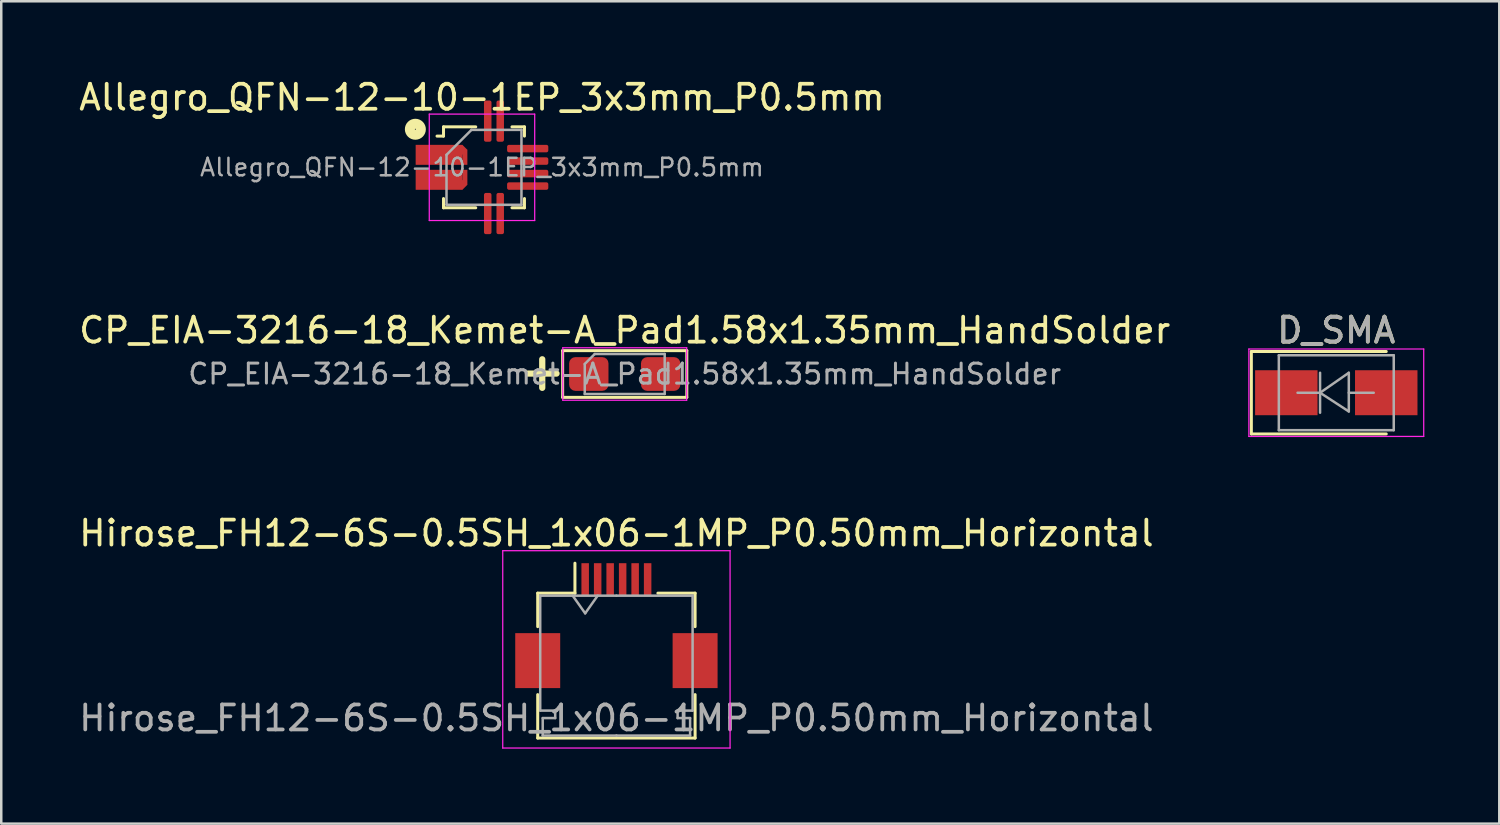
<source format=kicad_pcb>
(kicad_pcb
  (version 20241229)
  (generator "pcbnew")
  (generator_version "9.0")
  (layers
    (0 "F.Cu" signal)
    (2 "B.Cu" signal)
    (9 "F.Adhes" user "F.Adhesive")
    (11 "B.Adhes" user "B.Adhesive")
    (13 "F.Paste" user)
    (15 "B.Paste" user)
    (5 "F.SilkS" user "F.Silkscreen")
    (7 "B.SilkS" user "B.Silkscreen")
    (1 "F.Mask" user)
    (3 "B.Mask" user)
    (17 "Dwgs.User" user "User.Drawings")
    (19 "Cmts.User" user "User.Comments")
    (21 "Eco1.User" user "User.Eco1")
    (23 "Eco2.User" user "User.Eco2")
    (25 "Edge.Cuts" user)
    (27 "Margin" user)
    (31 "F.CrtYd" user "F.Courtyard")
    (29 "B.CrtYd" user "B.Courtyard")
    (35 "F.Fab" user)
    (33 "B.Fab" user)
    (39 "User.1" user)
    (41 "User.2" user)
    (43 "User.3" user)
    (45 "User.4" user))
  (footprint "Allegro_QFN-12-10-1EP_3x3mm_P0.5mm"
    (layer "F.Cu")
    (at 16.244 3.648)
    (property "Reference" "Allegro_QFN-12-10-1EP_3x3mm_P0.5mm" (at 0 -2.8 0) (layer "F.SilkS") (effects (font (size 1 1) (thickness 0.15))))
    (attr smd)
    (fp_line (start -1.54 -1.62) (end -1.54 -1.25) (stroke (width 0.12) (type solid)) (layer "F.SilkS"))
    (fp_line (start -1.54 -1.62) (end -0.25 -1.62) (stroke (width 0.12) (type solid)) (layer "F.SilkS"))
    (fp_line (start -1.54 -1.25) (end -1.8 -1.25) (stroke (width 0.12) (type solid)) (layer "F.SilkS"))
    (fp_line (start -1.54 1.25) (end -1.54 1.62) (stroke (width 0.12) (type solid)) (layer "F.SilkS"))
    (fp_line (start -1.54 1.62) (end -0.25 1.62) (stroke (width 0.12) (type solid)) (layer "F.SilkS"))
    (fp_line (start 1.7 -1.62) (end 1.2 -1.62) (stroke (width 0.12) (type solid)) (layer "F.SilkS"))
    (fp_line (start 1.7 -1.62) (end 1.7 -1.25) (stroke (width 0.12) (type solid)) (layer "F.SilkS"))
    (fp_line (start 1.7 1.25) (end 1.7 1.62) (stroke (width 0.12) (type solid)) (layer "F.SilkS"))
    (fp_line (start 1.7 1.62) (end 1.2 1.62) (stroke (width 0.12) (type solid)) (layer "F.SilkS"))
    (fp_circle (center -2.667 -1.524) (end -2.447 -1.524) (stroke (width 0.4) (type solid)) (fill no) (layer "F.SilkS"))
    (fp_line (start -2.11 -2.13) (end -2.11 2.13) (stroke (width 0.05) (type solid)) (layer "F.CrtYd"))
    (fp_line (start -2.11 2.13) (end 2.11 2.13) (stroke (width 0.05) (type solid)) (layer "F.CrtYd"))
    (fp_line (start 2.11 -2.13) (end -2.11 -2.13) (stroke (width 0.05) (type solid)) (layer "F.CrtYd"))
    (fp_line (start 2.11 2.13) (end 2.11 -2.13) (stroke (width 0.05) (type solid)) (layer "F.CrtYd"))
    (fp_line (start -1.42 -0.5) (end -0.42 -1.5) (stroke (width 0.1) (type solid)) (layer "F.Fab"))
    (fp_line (start -1.42 1.5) (end -1.42 -0.5) (stroke (width 0.1) (type solid)) (layer "F.Fab"))
    (fp_line (start -0.42 -1.5) (end 1.58 -1.5) (stroke (width 0.1) (type solid)) (layer "F.Fab"))
    (fp_line (start 1.58 -1.5) (end 1.58 1.5) (stroke (width 0.1) (type solid)) (layer "F.Fab"))
    (fp_line (start 1.58 1.5) (end -1.42 1.5) (stroke (width 0.1) (type solid)) (layer "F.Fab"))
    (fp_text user "${REFERENCE}" (at 0 0 0) (layer "F.Fab") (effects (font (size 0.7 0.7) (thickness 0.1))))
    (pad "1" smd rect (at -1.72 -0.5) (size 1.87 0.8) (layers "F.Cu" "F.Mask" "F.Paste" "Eco1.User"))
    (pad "1" smd rect (at -0.785 -0.7 45) (size 0.283 0.283) (layers "F.Cu" "F.Mask" "F.Paste"))
    (pad "1" smd rect (at -0.685 -0.4) (size 0.2 0.6) (layers "F.Cu" "F.Mask" "F.Paste"))
    (pad "2" smd rect (at -1.72 0.5) (size 1.87 0.8) (layers "F.Cu" "F.Mask" "F.Paste"))
    (pad "2" smd rect (at -0.785 0.7 45) (size 0.283 0.283) (layers "F.Cu" "F.Mask" "F.Paste"))
    (pad "2" smd rect (at -0.685 0.4) (size 0.2 0.6) (layers "F.Cu" "F.Mask" "F.Paste"))
    (pad "3" smd roundrect (at 0.23 1.85) (size 0.3 1.65) (layers "F.Cu" "F.Mask" "F.Paste") (roundrect_rratio 0.25))
    (pad "4" smd roundrect (at 0.73 1.85) (size 0.3 1.65) (layers "F.Cu" "F.Mask" "F.Paste") (roundrect_rratio 0.25))
    (pad "5" smd roundrect (at 1.83 0.75) (size 1.65 0.3) (layers "F.Cu" "F.Mask" "F.Paste") (roundrect_rratio 0.25))
    (pad "6" smd roundrect (at 1.83 0.25) (size 1.65 0.3) (layers "F.Cu" "F.Mask" "F.Paste") (roundrect_rratio 0.25))
    (pad "7" smd roundrect (at 1.83 -0.25) (size 1.65 0.3) (layers "F.Cu" "F.Mask" "F.Paste") (roundrect_rratio 0.25))
    (pad "8" smd roundrect (at 1.83 -0.75) (size 1.65 0.3) (layers "F.Cu" "F.Mask" "F.Paste") (roundrect_rratio 0.25))
    (pad "9" smd roundrect (at 0.73 -1.85) (size 0.3 1.65) (layers "F.Cu" "F.Mask" "F.Paste") (roundrect_rratio 0.25))
    (pad "10" smd roundrect (at 0.23 -1.85) (size 0.3 1.65) (layers "F.Cu" "F.Mask" "F.Paste") (roundrect_rratio 0.25)))
  (footprint "Hirose_FH12-6S-0.5SH_1x06-1MP_P0.50mm_Horizontal"
    (layer "F.Cu")
    (at 21.625 21.995)
    (property "Reference" "Hirose_FH12-6S-0.5SH_1x06-1MP_P0.50mm_Horizontal" (at 0 -3.7 0) (layer "F.SilkS") (effects (font (size 1 1) (thickness 0.15))))
    (attr smd)
    (fp_line (start -3.15 -1.3) (end -3.15 0.04) (stroke (width 0.12) (type solid)) (layer "F.SilkS"))
    (fp_line (start -3.15 2.76) (end -3.15 4.5) (stroke (width 0.12) (type solid)) (layer "F.SilkS"))
    (fp_line (start -3.15 4.5) (end 3.15 4.5) (stroke (width 0.12) (type solid)) (layer "F.SilkS"))
    (fp_line (start -1.66 -1.3) (end -3.15 -1.3) (stroke (width 0.12) (type solid)) (layer "F.SilkS"))
    (fp_line (start -1.66 -1.3) (end -1.66 -2.5) (stroke (width 0.12) (type solid)) (layer "F.SilkS"))
    (fp_line (start 1.66 -1.3) (end 3.15 -1.3) (stroke (width 0.12) (type solid)) (layer "F.SilkS"))
    (fp_line (start 3.15 -1.3) (end 3.15 0.04) (stroke (width 0.12) (type solid)) (layer "F.SilkS"))
    (fp_line (start 3.15 4.5) (end 3.15 2.76) (stroke (width 0.12) (type solid)) (layer "F.SilkS"))
    (fp_line (start -4.55 -3) (end -4.55 4.9) (stroke (width 0.05) (type solid)) (layer "F.CrtYd"))
    (fp_line (start -4.55 4.9) (end 4.55 4.9) (stroke (width 0.05) (type solid)) (layer "F.CrtYd"))
    (fp_line (start 4.55 -3) (end -4.55 -3) (stroke (width 0.05) (type solid)) (layer "F.CrtYd"))
    (fp_line (start 4.55 4.9) (end 4.55 -3) (stroke (width 0.05) (type solid)) (layer "F.CrtYd"))
    (fp_line (start -3.05 -1.2) (end -3.05 3.4) (stroke (width 0.1) (type solid)) (layer "F.Fab"))
    (fp_line (start -3.05 3.4) (end -2.45 3.4) (stroke (width 0.1) (type solid)) (layer "F.Fab"))
    (fp_line (start -2.95 3.7) (end -2.95 4.4) (stroke (width 0.1) (type solid)) (layer "F.Fab"))
    (fp_line (start -2.95 4.4) (end 0 4.4) (stroke (width 0.1) (type solid)) (layer "F.Fab"))
    (fp_line (start -2.45 3.4) (end -2.45 3.7) (stroke (width 0.1) (type solid)) (layer "F.Fab"))
    (fp_line (start -2.45 3.7) (end -2.95 3.7) (stroke (width 0.1) (type solid)) (layer "F.Fab"))
    (fp_line (start -1.75 -1.2) (end -1.25 -0.493) (stroke (width 0.1) (type solid)) (layer "F.Fab"))
    (fp_line (start -1.25 -0.493) (end -0.75 -1.2) (stroke (width 0.1) (type solid)) (layer "F.Fab"))
    (fp_line (start 0 -1.2) (end -3.05 -1.2) (stroke (width 0.1) (type solid)) (layer "F.Fab"))
    (fp_line (start 0 -1.2) (end 3.05 -1.2) (stroke (width 0.1) (type solid)) (layer "F.Fab"))
    (fp_line (start 2.45 3.4) (end 2.45 3.7) (stroke (width 0.1) (type solid)) (layer "F.Fab"))
    (fp_line (start 2.45 3.7) (end 2.95 3.7) (stroke (width 0.1) (type solid)) (layer "F.Fab"))
    (fp_line (start 2.95 3.7) (end 2.95 4.4) (stroke (width 0.1) (type solid)) (layer "F.Fab"))
    (fp_line (start 2.95 4.4) (end 0 4.4) (stroke (width 0.1) (type solid)) (layer "F.Fab"))
    (fp_line (start 3.05 -1.2) (end 3.05 3.4) (stroke (width 0.1) (type solid)) (layer "F.Fab"))
    (fp_line (start 3.05 3.4) (end 2.45 3.4) (stroke (width 0.1) (type solid)) (layer "F.Fab"))
    (fp_text user "${REFERENCE}" (at 0 3.7 0) (layer "F.Fab") (effects (font (size 1 1) (thickness 0.15))))
    (pad "1" smd rect (at -1.25 -1.85) (size 0.3 1.3) (layers "F.Cu" "F.Mask" "F.Paste"))
    (pad "2" smd rect (at -0.75 -1.85) (size 0.3 1.3) (layers "F.Cu" "F.Mask" "F.Paste"))
    (pad "3" smd rect (at -0.25 -1.85) (size 0.3 1.3) (layers "F.Cu" "F.Mask" "F.Paste"))
    (pad "4" smd rect (at 0.25 -1.85) (size 0.3 1.3) (layers "F.Cu" "F.Mask" "F.Paste"))
    (pad "5" smd rect (at 0.75 -1.85) (size 0.3 1.3) (layers "F.Cu" "F.Mask" "F.Paste"))
    (pad "6" smd rect (at 1.25 -1.85) (size 0.3 1.3) (layers "F.Cu" "F.Mask" "F.Paste"))
    (pad "MP" smd rect (at -3.15 1.4) (size 1.8 2.2) (layers "F.Cu" "F.Mask" "F.Paste"))
    (pad "MP" smd rect (at 3.15 1.4) (size 1.8 2.2) (layers "F.Cu" "F.Mask" "F.Paste")))
  (footprint "CP_EIA-3216-18_Kemet-A_Pad1.58x1.35mm_HandSolder"
    (layer "F.Cu")
    (at 21.958 11.921)
    (property "Reference" "CP_EIA-3216-18_Kemet-A_Pad1.58x1.35mm_HandSolder" (at 0 -1.75 0) (layer "F.SilkS") (effects (font (size 1 1) (thickness 0.15))))
    (attr smd)
    (fp_line (start -2.485 -0.935) (end -2.485 0.935) (stroke (width 0.12) (type solid)) (layer "F.SilkS"))
    (fp_line (start -2.485 0.935) (end 2.485 0.935) (stroke (width 0.12) (type solid)) (layer "F.SilkS"))
    (fp_line (start 2.485 -0.935) (end -2.485 -0.935) (stroke (width 0.12) (type solid)) (layer "F.SilkS"))
    (fp_line (start 2.485 -0.935) (end 2.485 0.935) (stroke (width 0.12) (type solid)) (layer "F.SilkS"))
    (fp_line (start -2.48 -1.05) (end 2.48 -1.05) (stroke (width 0.05) (type solid)) (layer "F.CrtYd"))
    (fp_line (start -2.48 1.05) (end -2.48 -1.05) (stroke (width 0.05) (type solid)) (layer "F.CrtYd"))
    (fp_line (start 2.48 -1.05) (end 2.48 1.05) (stroke (width 0.05) (type solid)) (layer "F.CrtYd"))
    (fp_line (start 2.48 1.05) (end -2.48 1.05) (stroke (width 0.05) (type solid)) (layer "F.CrtYd"))
    (fp_line (start -1.6 -0.4) (end -1.6 0.8) (stroke (width 0.1) (type solid)) (layer "F.Fab"))
    (fp_line (start -1.6 0.8) (end 1.6 0.8) (stroke (width 0.1) (type solid)) (layer "F.Fab"))
    (fp_line (start -1.2 -0.8) (end -1.6 -0.4) (stroke (width 0.1) (type solid)) (layer "F.Fab"))
    (fp_line (start 1.6 -0.8) (end -1.2 -0.8) (stroke (width 0.1) (type solid)) (layer "F.Fab"))
    (fp_line (start 1.6 0.8) (end 1.6 -0.8) (stroke (width 0.1) (type solid)) (layer "F.Fab"))
    (fp_text user "+" (at -3.302 -0.127 0) (layer "F.SilkS") (effects (font (size 1.5 1.5) (thickness 0.25))))
    (fp_text user "${REFERENCE}" (at 0 0 0) (layer "F.Fab") (effects (font (size 0.8 0.8) (thickness 0.12))))
    (pad "1" smd roundrect (at -1.438 0) (size 1.575 1.35) (layers "F.Cu" "F.Mask" "F.Paste") (roundrect_rratio 0.185))
    (pad "2" smd roundrect (at 1.438 0) (size 1.575 1.35) (layers "F.Cu" "F.Mask" "F.Paste") (roundrect_rratio 0.185)))
  (footprint "D_SMA"
    (layer "F.Cu")
    (at 50.442 12.671)
    (property "Reference" "D_SMA" (at 0 -2.5 0) (layer "F.SilkS") (effects (font (size 1 1) (thickness 0.15))))
    (attr smd)
    (fp_line (start -3.4 -1.65) (end -3.4 1.65) (stroke (width 0.12) (type solid)) (layer "F.SilkS"))
    (fp_line (start -3.4 -1.65) (end 2 -1.65) (stroke (width 0.12) (type solid)) (layer "F.SilkS"))
    (fp_line (start -3.4 1.65) (end 2 1.65) (stroke (width 0.12) (type solid)) (layer "F.SilkS"))
    (fp_line (start -3.5 -1.75) (end 3.5 -1.75) (stroke (width 0.05) (type solid)) (layer "F.CrtYd"))
    (fp_line (start -3.5 1.75) (end -3.5 -1.75) (stroke (width 0.05) (type solid)) (layer "F.CrtYd"))
    (fp_line (start 3.5 -1.75) (end 3.5 1.75) (stroke (width 0.05) (type solid)) (layer "F.CrtYd"))
    (fp_line (start 3.5 1.75) (end -3.5 1.75) (stroke (width 0.05) (type solid)) (layer "F.CrtYd"))
    (fp_line (start -2.3 1.5) (end -2.3 -1.5) (stroke (width 0.1) (type solid)) (layer "F.Fab"))
    (fp_line (start -0.649 -0.799) (end -0.649 0.801) (stroke (width 0.1) (type solid)) (layer "F.Fab"))
    (fp_line (start -0.649 0.001) (end -1.551 0.001) (stroke (width 0.1) (type solid)) (layer "F.Fab"))
    (fp_line (start -0.649 0.001) (end 0.501 -0.799) (stroke (width 0.1) (type solid)) (layer "F.Fab"))
    (fp_line (start -0.649 0.001) (end 0.501 0.75) (stroke (width 0.1) (type solid)) (layer "F.Fab"))
    (fp_line (start 0.501 0.001) (end 1.499 0.001) (stroke (width 0.1) (type solid)) (layer "F.Fab"))
    (fp_line (start 0.501 0.75) (end 0.501 -0.799) (stroke (width 0.1) (type solid)) (layer "F.Fab"))
    (fp_line (start 2.3 -1.5) (end -2.3 -1.5) (stroke (width 0.1) (type solid)) (layer "F.Fab"))
    (fp_line (start 2.3 -1.5) (end 2.3 1.5) (stroke (width 0.1) (type solid)) (layer "F.Fab"))
    (fp_line (start 2.3 1.5) (end -2.3 1.5) (stroke (width 0.1) (type solid)) (layer "F.Fab"))
    (fp_text user "${REFERENCE}" (at 0 -2.5 0) (layer "F.Fab") (effects (font (size 1 1) (thickness 0.15))))
    (pad "1" smd rect (at -2 0) (size 2.5 1.8) (layers "F.Cu" "F.Mask" "F.Paste"))
    (pad "2" smd rect (at 2 0) (size 2.5 1.8) (layers "F.Cu" "F.Mask" "F.Paste")))
  (gr_rect
    (start -3 -3)
    (end 56.967 29.92)
    (stroke (width 0.1) (type default))
    (fill no)
    (layer "Edge.Cuts")))
</source>
